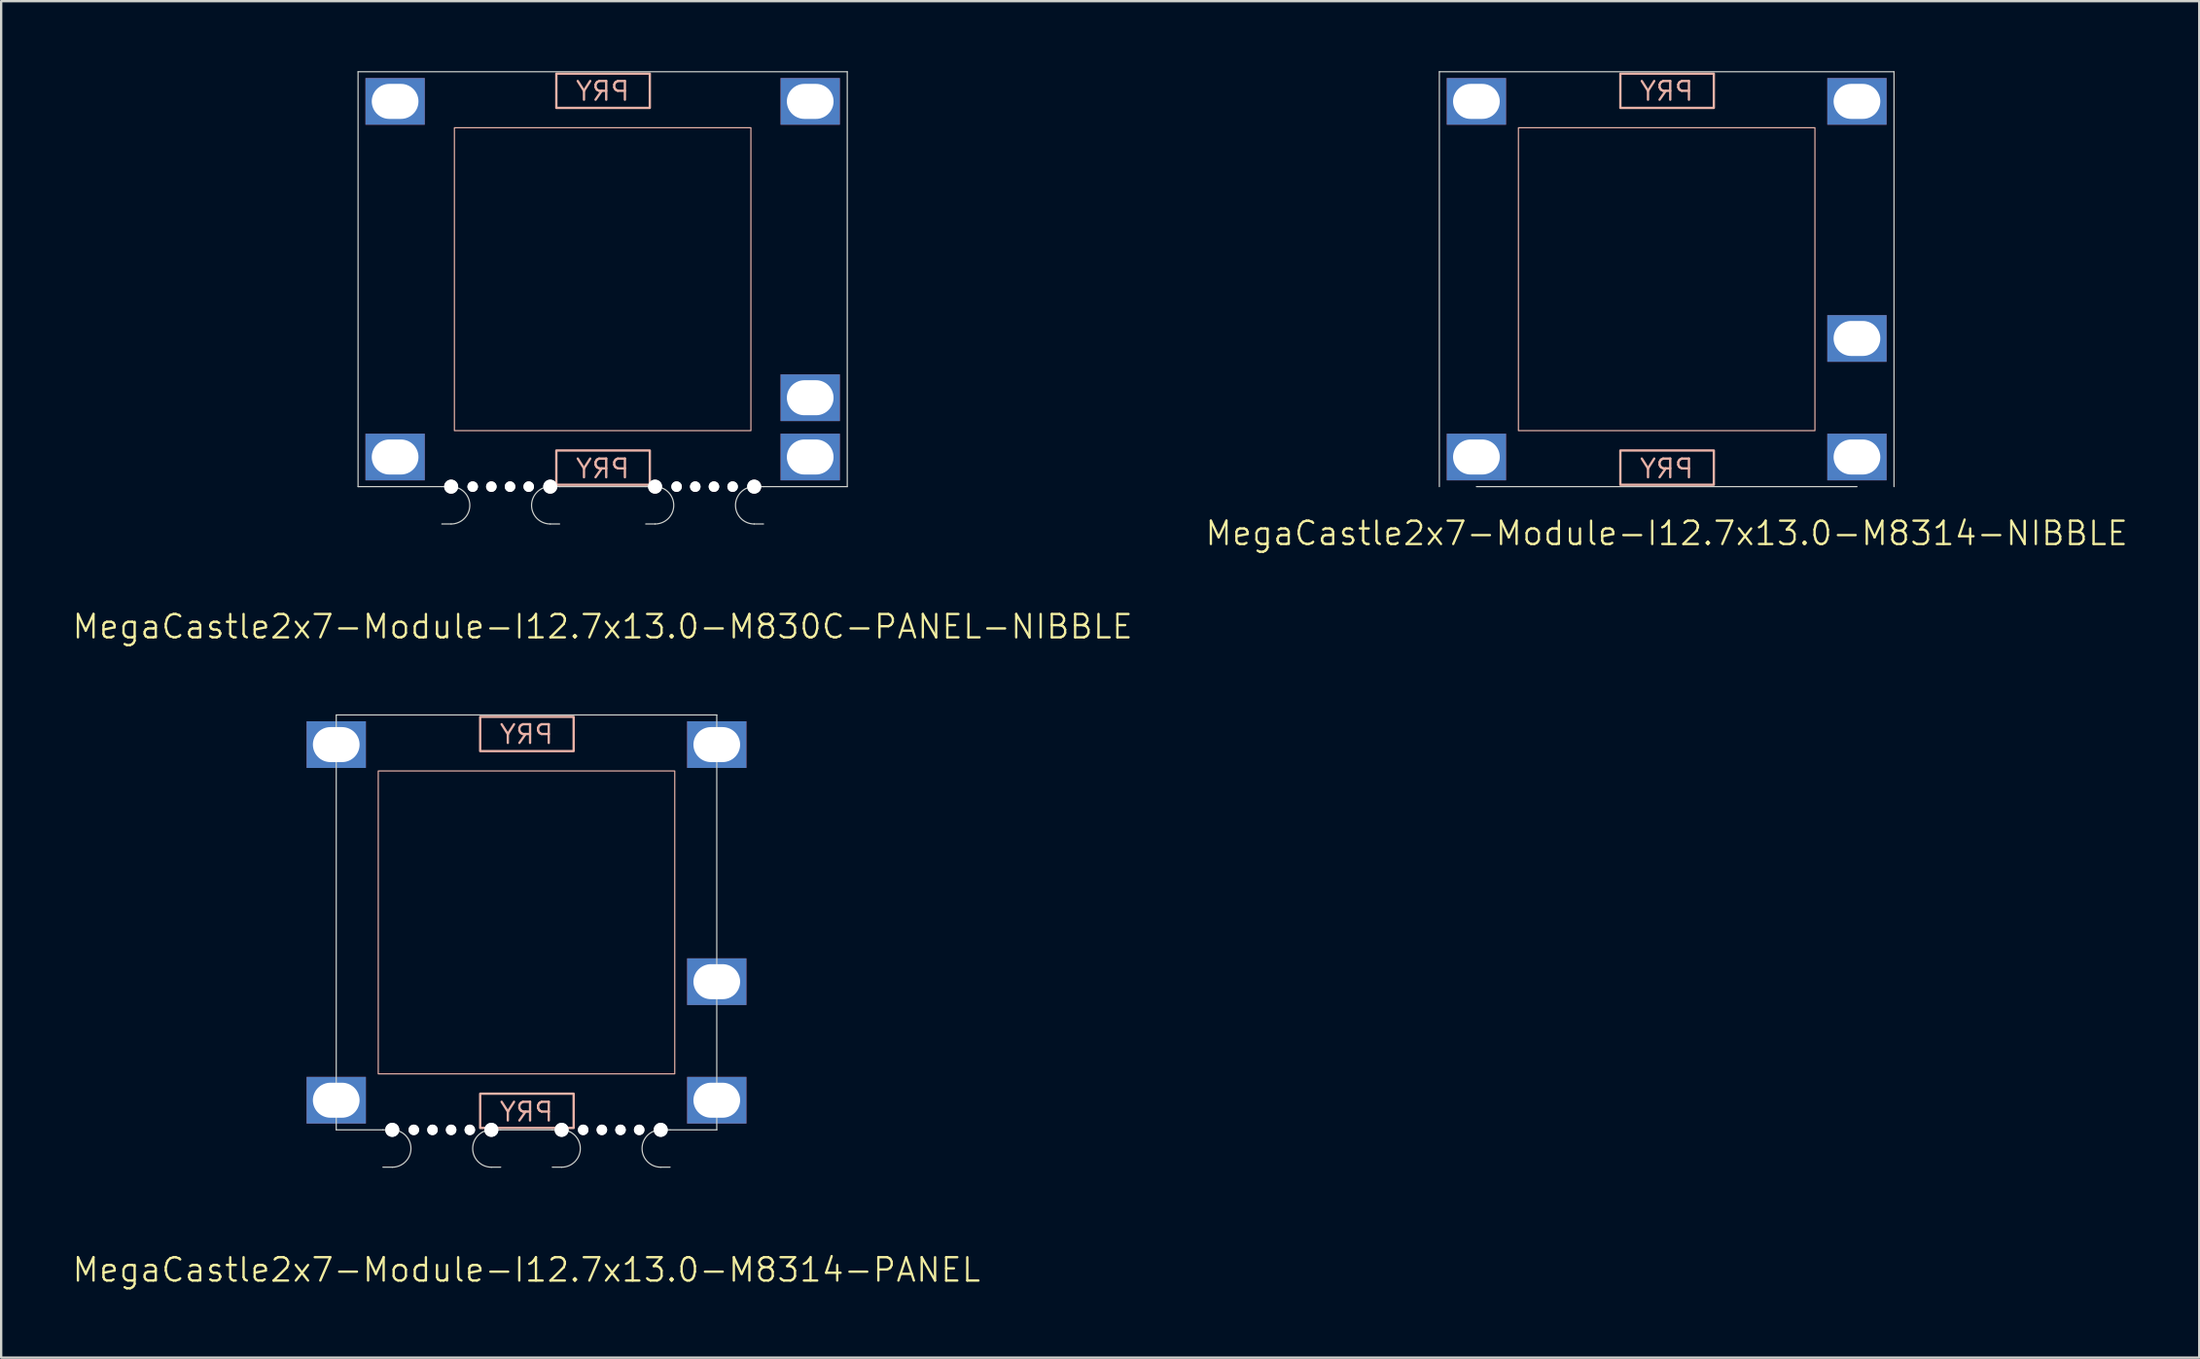
<source format=kicad_pcb>
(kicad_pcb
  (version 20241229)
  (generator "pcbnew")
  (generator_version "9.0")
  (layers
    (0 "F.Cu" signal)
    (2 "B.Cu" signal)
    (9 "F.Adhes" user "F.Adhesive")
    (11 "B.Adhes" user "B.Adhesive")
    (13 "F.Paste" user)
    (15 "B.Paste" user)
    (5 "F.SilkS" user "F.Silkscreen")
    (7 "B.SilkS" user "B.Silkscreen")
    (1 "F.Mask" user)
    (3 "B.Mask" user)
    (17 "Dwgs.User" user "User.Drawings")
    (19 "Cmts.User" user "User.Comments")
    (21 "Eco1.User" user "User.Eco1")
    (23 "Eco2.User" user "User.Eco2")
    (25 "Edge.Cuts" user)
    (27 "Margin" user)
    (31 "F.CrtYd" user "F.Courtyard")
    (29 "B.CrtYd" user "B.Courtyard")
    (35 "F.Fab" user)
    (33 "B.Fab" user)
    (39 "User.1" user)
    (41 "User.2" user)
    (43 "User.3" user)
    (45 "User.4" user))
  (footprint "MegaCastle2x7-Module-I12.7x13.0-M8314-PANEL"
    (layer "F.Cu")
    (at 19.502 36.48)
    (property "Reference" "MegaCastle2x7-Module-I12.7x13.0-M8314-PANEL" (at 0 14.89 0) (unlocked yes) (layer "F.SilkS") (effects (font (size 1 1) (thickness 0.1))))
    (attr smd)
    (fp_rect (start -6.35 6.49) (end 6.35 -6.49) (stroke (width 0.05) (type default)) (fill no) (layer "B.SilkS"))
    (fp_rect (start -1.984 -7.341) (end 2.02 -8.81) (stroke (width 0.1) (type default)) (fill no) (layer "B.SilkS"))
    (fp_rect (start -1.984 7.341) (end 2.02 8.81) (stroke (width 0.1) (type default)) (fill no) (layer "B.SilkS"))
    (fp_line (start -8.15 -8.89) (end -8.15 8.89) (stroke (width 0.05) (type default)) (layer "Edge.Cuts"))
    (fp_line (start -8.15 -8.89) (end 8.15 -8.89) (stroke (width 0.05) (type default)) (layer "Edge.Cuts"))
    (fp_line (start -8.15 8.89) (end -6.15 8.89) (stroke (width 0.05) (type default)) (layer "Edge.Cuts"))
    (fp_line (start -6.15 8.89) (end -5.75 8.89) (stroke (width 0.05) (type default)) (layer "Edge.Cuts"))
    (fp_line (start -6.15 10.49) (end -5.75 10.49) (stroke (width 0.05) (type default)) (layer "Edge.Cuts"))
    (fp_line (start -1.105 8.89) (end -1.505 8.89) (stroke (width 0.05) (type default)) (layer "Edge.Cuts"))
    (fp_line (start -1.105 8.89) (end 1.105 8.89) (stroke (width 0.05) (type default)) (layer "Edge.Cuts"))
    (fp_line (start -1.105 10.49) (end -1.505 10.49) (stroke (width 0.05) (type default)) (layer "Edge.Cuts"))
    (fp_line (start 1.105 8.89) (end 1.505 8.89) (stroke (width 0.05) (type default)) (layer "Edge.Cuts"))
    (fp_line (start 1.105 10.49) (end 1.505 10.49) (stroke (width 0.05) (type default)) (layer "Edge.Cuts"))
    (fp_line (start 6.15 8.89) (end 5.75 8.89) (stroke (width 0.05) (type default)) (layer "Edge.Cuts"))
    (fp_line (start 6.15 8.89) (end 8.15 8.89) (stroke (width 0.05) (type default)) (layer "Edge.Cuts"))
    (fp_line (start 6.15 10.49) (end 5.75 10.49) (stroke (width 0.05) (type default)) (layer "Edge.Cuts"))
    (fp_line (start 8.15 -8.89) (end 8.15 8.89) (stroke (width 0.05) (type default)) (layer "Edge.Cuts"))
    (fp_arc (start -5.75 8.89) (mid -4.95 9.69) (end -5.75 10.49) (stroke (width 0.05) (type default)) (layer "Edge.Cuts"))
    (fp_arc (start -1.505 10.49) (mid -2.305 9.69) (end -1.505 8.89) (stroke (width 0.05) (type default)) (layer "Edge.Cuts"))
    (fp_arc (start 1.505 8.89) (mid 2.305 9.69) (end 1.505 10.49) (stroke (width 0.05) (type default)) (layer "Edge.Cuts"))
    (fp_arc (start 5.75 10.49) (mid 4.95 9.69) (end 5.75 8.89) (stroke (width 0.05) (type default)) (layer "Edge.Cuts"))
    (fp_text user "PRY" (at 0 -7.59 0) (unlocked yes) (layer "B.SilkS") (effects (font (size 0.8 0.8) (thickness 0.1)) (justify bottom mirror)))
    (fp_text user "PRY" (at 0 8.59 0) (unlocked yes) (layer "B.SilkS") (effects (font (size 0.8 0.8) (thickness 0.1)) (justify bottom mirror)))
    (pad "" np_thru_hole circle (at -5.75 8.89) (size 0.6 0.6) (drill 0.6) (layers "*.Cu" "Edge.Cuts"))
    (pad "" np_thru_hole circle (at -4.827 8.89) (size 0.45 0.45) (drill 0.45) (layers "*.Cu" "Edge.Cuts"))
    (pad "" np_thru_hole circle (at -4.027 8.89) (size 0.45 0.45) (drill 0.45) (layers "*.Cu" "Edge.Cuts"))
    (pad "" np_thru_hole circle (at -3.228 8.89) (size 0.45 0.45) (drill 0.45) (layers "*.Cu" "Edge.Cuts"))
    (pad "" np_thru_hole circle (at -2.428 8.89) (size 0.45 0.45) (drill 0.45) (layers "*.Cu" "Edge.Cuts"))
    (pad "" np_thru_hole circle (at -1.505 8.89) (size 0.6 0.6) (drill 0.6) (layers "*.Cu" "Edge.Cuts"))
    (pad "" np_thru_hole circle (at 1.505 8.89) (size 0.6 0.6) (drill 0.6) (layers "*.Cu" "Edge.Cuts"))
    (pad "" np_thru_hole circle (at 2.428 8.89) (size 0.45 0.45) (drill 0.45) (layers "*.Cu" "Edge.Cuts"))
    (pad "" np_thru_hole circle (at 3.228 8.89) (size 0.45 0.45) (drill 0.45) (layers "*.Cu" "Edge.Cuts"))
    (pad "" np_thru_hole circle (at 4.027 8.89) (size 0.45 0.45) (drill 0.45) (layers "*.Cu" "Edge.Cuts"))
    (pad "" np_thru_hole circle (at 4.827 8.89) (size 0.45 0.45) (drill 0.45) (layers "*.Cu" "Edge.Cuts"))
    (pad "" np_thru_hole circle (at 5.75 8.89) (size 0.6 0.6) (drill 0.6) (layers "*.Cu" "Edge.Cuts"))
    (pad "1" thru_hole rect (at -8.15 -7.62) (size 2.54 2) (drill oval 2 1.5) (property pad_prop_castellated) (layers "*.Cu" "*.Mask"))
    (pad "7" thru_hole rect (at -8.15 7.62) (size 2.54 2) (drill oval 2 1.5) (property pad_prop_castellated) (layers "*.Cu" "*.Mask"))
    (pad "8" thru_hole rect (at 8.15 -7.62) (size 2.54 2) (drill oval 2 1.5) (property pad_prop_castellated) (layers "*.Cu" "*.Mask"))
    (pad "12" thru_hole rect (at 8.15 2.54) (size 2.54 2) (drill oval 2 1.5) (property pad_prop_castellated) (layers "*.Cu" "*.Mask"))
    (pad "14" thru_hole rect (at 8.15 7.62) (size 2.54 2) (drill oval 2 1.5) (property pad_prop_castellated) (layers "*.Cu" "*.Mask"))
    (zone (net_name "") (layer "B.Cu") (hatch edge 0.5) (connect_pads) (min_thickness 0.25) (filled_areas_thickness no) (keepout (tracks allowed) (vias allowed) (pads allowed) (copperpour allowed) (footprints not_allowed)) (placement (enabled no)) (fill) (polygon (pts (xy 11.352 45.37) (xy 11.352 27.59) (xy 13.152 27.59) (xy 13.152 45.37))))
    (zone (net_name "") (layer "B.Cu") (hatch edge 0.5) (connect_pads) (min_thickness 0.25) (filled_areas_thickness no) (keepout (tracks allowed) (vias allowed) (pads allowed) (copperpour allowed) (footprints not_allowed)) (placement (enabled no)) (fill) (polygon (pts (xy 13.152 27.59) (xy 13.152 29.991) (xy 25.852 29.991) (xy 25.852 27.59))))
    (zone (net_name "") (layer "B.Cu") (hatch edge 0.5) (connect_pads) (min_thickness 0.25) (filled_areas_thickness no) (keepout (tracks allowed) (vias allowed) (pads allowed) (copperpour allowed) (footprints not_allowed)) (placement (enabled no)) (fill) (polygon (pts (xy 13.152 45.37) (xy 13.152 42.971) (xy 25.852 42.971) (xy 25.852 45.37))))
    (zone (net_name "") (layer "B.Cu") (name "Upper Pry Zone") (hatch edge 0.5) (connect_pads) (min_thickness 0.25) (filled_areas_thickness no) (keepout (tracks not_allowed) (vias not_allowed) (pads not_allowed) (copperpour allowed) (footprints not_allowed)) (placement (enabled no)) (fill) (polygon (pts (xy 17.518 29.139) (xy 17.518 27.671) (xy 21.522 27.671) (xy 21.522 29.139))))
    (zone (net_name "") (layer "B.Cu") (name "Upper Pry Zone") (hatch edge 0.5) (connect_pads) (min_thickness 0.25) (filled_areas_thickness no) (keepout (tracks not_allowed) (vias not_allowed) (pads not_allowed) (copperpour allowed) (footprints not_allowed)) (placement (enabled no)) (fill) (polygon (pts (xy 17.518 43.822) (xy 17.518 45.291) (xy 21.522 45.291) (xy 21.522 43.822))))
    (zone (net_name "") (layer "B.Cu") (hatch edge 0.5) (connect_pads) (min_thickness 0.25) (filled_areas_thickness no) (keepout (tracks allowed) (vias allowed) (pads allowed) (copperpour allowed) (footprints not_allowed)) (placement (enabled no)) (fill) (polygon (pts (xy 27.652 45.37) (xy 27.652 27.59) (xy 25.852 27.59) (xy 25.852 45.37)))))
  (footprint "MegaCastle2x7-Module-I12.7x13.0-M8314-NIBBLE"
    (layer "F.Cu")
    (at 68.34 8.915)
    (property "Reference" "MegaCastle2x7-Module-I12.7x13.0-M8314-NIBBLE" (at 0 10.89 0) (unlocked yes) (layer "F.SilkS") (effects (font (size 1 1) (thickness 0.1))))
    (attr smd)
    (fp_rect (start -6.35 6.49) (end 6.35 -6.49) (stroke (width 0.05) (type default)) (fill no) (layer "B.SilkS"))
    (fp_rect (start -1.984 -7.341) (end 2.02 -8.81) (stroke (width 0.1) (type default)) (fill no) (layer "B.SilkS"))
    (fp_rect (start -1.984 7.341) (end 2.02 8.81) (stroke (width 0.1) (type default)) (fill no) (layer "B.SilkS"))
    (fp_line (start -9.737 -8.89) (end -9.737 8.89) (stroke (width 0.05) (type default)) (layer "Edge.Cuts"))
    (fp_line (start -9.737 -8.89) (end 9.737 -8.89) (stroke (width 0.05) (type default)) (layer "Edge.Cuts"))
    (fp_line (start -8.15 8.89) (end 8.15 8.89) (stroke (width 0.05) (type default)) (layer "Edge.Cuts"))
    (fp_line (start 9.737 -8.89) (end 9.737 8.89) (stroke (width 0.05) (type default)) (layer "Edge.Cuts"))
    (fp_text user "PRY" (at 0 -7.59 0) (unlocked yes) (layer "B.SilkS") (effects (font (size 0.8 0.8) (thickness 0.1)) (justify bottom mirror)))
    (fp_text user "PRY" (at 0 8.59 0) (unlocked yes) (layer "B.SilkS") (effects (font (size 0.8 0.8) (thickness 0.1)) (justify bottom mirror)))
    (pad "1" thru_hole rect (at -8.15 -7.62) (size 2.54 2) (drill oval 2 1.5) (property pad_prop_castellated) (layers "*.Cu" "*.Mask"))
    (pad "7" thru_hole rect (at -8.15 7.62) (size 2.54 2) (drill oval 2 1.5) (property pad_prop_castellated) (layers "*.Cu" "*.Mask"))
    (pad "8" thru_hole rect (at 8.15 -7.62) (size 2.54 2) (drill oval 2 1.5) (property pad_prop_castellated) (layers "*.Cu" "*.Mask"))
    (pad "12" thru_hole rect (at 8.15 2.54) (size 2.54 2) (drill oval 2 1.5) (property pad_prop_castellated) (layers "*.Cu" "*.Mask"))
    (pad "14" thru_hole rect (at 8.15 7.62) (size 2.54 2) (drill oval 2 1.5) (property pad_prop_castellated) (layers "*.Cu" "*.Mask"))
    (zone (net_name "") (layer "B.Cu") (hatch edge 0.5) (connect_pads) (min_thickness 0.25) (filled_areas_thickness no) (keepout (tracks allowed) (vias allowed) (pads allowed) (copperpour allowed) (footprints not_allowed)) (placement (enabled no)) (fill) (polygon (pts (xy 60.19 17.805) (xy 60.19 0.025) (xy 61.99 0.025) (xy 61.99 17.805))))
    (zone (net_name "") (layer "B.Cu") (hatch edge 0.5) (connect_pads) (min_thickness 0.25) (filled_areas_thickness no) (keepout (tracks allowed) (vias allowed) (pads allowed) (copperpour allowed) (footprints not_allowed)) (placement (enabled no)) (fill) (polygon (pts (xy 61.99 0.025) (xy 61.99 2.425) (xy 74.69 2.425) (xy 74.69 0.025))))
    (zone (net_name "") (layer "B.Cu") (hatch edge 0.5) (connect_pads) (min_thickness 0.25) (filled_areas_thickness no) (keepout (tracks allowed) (vias allowed) (pads allowed) (copperpour allowed) (footprints not_allowed)) (placement (enabled no)) (fill) (polygon (pts (xy 61.99 17.805) (xy 61.99 15.405) (xy 74.69 15.405) (xy 74.69 17.805))))
    (zone (net_name "") (layer "B.Cu") (name "Upper Pry Zone") (hatch edge 0.5) (connect_pads) (min_thickness 0.25) (filled_areas_thickness no) (keepout (tracks not_allowed) (vias not_allowed) (pads not_allowed) (copperpour allowed) (footprints not_allowed)) (placement (enabled no)) (fill) (polygon (pts (xy 66.356 1.574) (xy 66.356 0.105) (xy 70.36 0.105) (xy 70.36 1.574))))
    (zone (net_name "") (layer "B.Cu") (name "Upper Pry Zone") (hatch edge 0.5) (connect_pads) (min_thickness 0.25) (filled_areas_thickness no) (keepout (tracks not_allowed) (vias not_allowed) (pads not_allowed) (copperpour allowed) (footprints not_allowed)) (placement (enabled no)) (fill) (polygon (pts (xy 66.356 16.256) (xy 66.356 17.725) (xy 70.36 17.725) (xy 70.36 16.256))))
    (zone (net_name "") (layer "B.Cu") (hatch edge 0.5) (connect_pads) (min_thickness 0.25) (filled_areas_thickness no) (keepout (tracks allowed) (vias allowed) (pads allowed) (copperpour allowed) (footprints not_allowed)) (placement (enabled no)) (fill) (polygon (pts (xy 76.49 17.805) (xy 76.49 0.025) (xy 74.69 0.025) (xy 74.69 17.805)))))
  (footprint "MegaCastle2x7-Module-I12.7x13.0-M830C-PANEL-NIBBLE"
    (layer "F.Cu")
    (at 22.764 8.915)
    (property "Reference" "MegaCastle2x7-Module-I12.7x13.0-M830C-PANEL-NIBBLE" (at 0 14.89 0) (unlocked yes) (layer "F.SilkS") (effects (font (size 1 1) (thickness 0.1))))
    (attr smd)
    (fp_rect (start -6.35 6.49) (end 6.35 -6.49) (stroke (width 0.05) (type default)) (fill no) (layer "B.SilkS"))
    (fp_rect (start -1.984 -7.341) (end 2.02 -8.81) (stroke (width 0.1) (type default)) (fill no) (layer "B.SilkS"))
    (fp_rect (start -1.984 7.341) (end 2.02 8.81) (stroke (width 0.1) (type default)) (fill no) (layer "B.SilkS"))
    (fp_line (start -10.477 -8.89) (end -10.477 8.89) (stroke (width 0.05) (type default)) (layer "Edge.Cuts"))
    (fp_line (start -10.477 -8.89) (end 10.477 -8.89) (stroke (width 0.05) (type default)) (layer "Edge.Cuts"))
    (fp_line (start -10.477 8.89) (end -6.89 8.89) (stroke (width 0.05) (type default)) (layer "Edge.Cuts"))
    (fp_line (start -6.89 8.89) (end -6.49 8.89) (stroke (width 0.05) (type default)) (layer "Edge.Cuts"))
    (fp_line (start -6.89 10.49) (end -6.49 10.49) (stroke (width 0.05) (type default)) (layer "Edge.Cuts"))
    (fp_line (start -1.845 8.89) (end -2.245 8.89) (stroke (width 0.05) (type default)) (layer "Edge.Cuts"))
    (fp_line (start -1.845 8.89) (end 1.845 8.89) (stroke (width 0.05) (type default)) (layer "Edge.Cuts"))
    (fp_line (start -1.845 10.49) (end -2.245 10.49) (stroke (width 0.05) (type default)) (layer "Edge.Cuts"))
    (fp_line (start 1.845 8.89) (end 2.245 8.89) (stroke (width 0.05) (type default)) (layer "Edge.Cuts"))
    (fp_line (start 1.845 10.49) (end 2.245 10.49) (stroke (width 0.05) (type default)) (layer "Edge.Cuts"))
    (fp_line (start 6.89 8.89) (end 6.49 8.89) (stroke (width 0.05) (type default)) (layer "Edge.Cuts"))
    (fp_line (start 6.89 8.89) (end 10.477 8.89) (stroke (width 0.05) (type default)) (layer "Edge.Cuts"))
    (fp_line (start 6.89 10.49) (end 6.49 10.49) (stroke (width 0.05) (type default)) (layer "Edge.Cuts"))
    (fp_line (start 10.477 -8.89) (end 10.477 8.89) (stroke (width 0.05) (type default)) (layer "Edge.Cuts"))
    (fp_arc (start -6.49 8.89) (mid -5.69 9.69) (end -6.49 10.49) (stroke (width 0.05) (type default)) (layer "Edge.Cuts"))
    (fp_arc (start -2.245 10.49) (mid -3.045 9.69) (end -2.245 8.89) (stroke (width 0.05) (type default)) (layer "Edge.Cuts"))
    (fp_arc (start 2.245 8.89) (mid 3.045 9.69) (end 2.245 10.49) (stroke (width 0.05) (type default)) (layer "Edge.Cuts"))
    (fp_arc (start 6.49 10.49) (mid 5.69 9.69) (end 6.49 8.89) (stroke (width 0.05) (type default)) (layer "Edge.Cuts"))
    (fp_text user "PRY" (at 0 8.59 0) (unlocked yes) (layer "B.SilkS") (effects (font (size 0.8 0.8) (thickness 0.1)) (justify bottom mirror)))
    (fp_text user "PRY" (at 0 -7.59 0) (unlocked yes) (layer "B.SilkS") (effects (font (size 0.8 0.8) (thickness 0.1)) (justify bottom mirror)))
    (pad "" np_thru_hole circle (at -6.49 8.89) (size 0.6 0.6) (drill 0.6) (layers "*.Cu" "Edge.Cuts"))
    (pad "" np_thru_hole circle (at -5.567 8.89) (size 0.45 0.45) (drill 0.45) (layers "*.Cu" "Edge.Cuts"))
    (pad "" np_thru_hole circle (at -4.768 8.89) (size 0.45 0.45) (drill 0.45) (layers "*.Cu" "Edge.Cuts"))
    (pad "" np_thru_hole circle (at -3.967 8.89) (size 0.45 0.45) (drill 0.45) (layers "*.Cu" "Edge.Cuts"))
    (pad "" np_thru_hole circle (at -3.167 8.89) (size 0.45 0.45) (drill 0.45) (layers "*.Cu" "Edge.Cuts"))
    (pad "" np_thru_hole circle (at -2.245 8.89) (size 0.6 0.6) (drill 0.6) (layers "*.Cu" "Edge.Cuts"))
    (pad "" np_thru_hole circle (at 2.245 8.89) (size 0.6 0.6) (drill 0.6) (layers "*.Cu" "Edge.Cuts"))
    (pad "" np_thru_hole circle (at 3.167 8.89) (size 0.45 0.45) (drill 0.45) (layers "*.Cu" "Edge.Cuts"))
    (pad "" np_thru_hole circle (at 3.967 8.89) (size 0.45 0.45) (drill 0.45) (layers "*.Cu" "Edge.Cuts"))
    (pad "" np_thru_hole circle (at 4.767 8.89) (size 0.45 0.45) (drill 0.45) (layers "*.Cu" "Edge.Cuts"))
    (pad "" np_thru_hole circle (at 5.567 8.89) (size 0.45 0.45) (drill 0.45) (layers "*.Cu" "Edge.Cuts"))
    (pad "" np_thru_hole circle (at 6.49 8.89) (size 0.6 0.6) (drill 0.6) (layers "*.Cu" "Edge.Cuts"))
    (pad "1" thru_hole rect (at -8.89 -7.62) (size 2.54 2) (drill oval 2 1.5) (property pad_prop_castellated) (layers "*.Cu" "*.Mask"))
    (pad "7" thru_hole rect (at -8.89 7.62) (size 2.54 2) (drill oval 2 1.5) (property pad_prop_castellated) (layers "*.Cu" "*.Mask"))
    (pad "8" thru_hole rect (at 8.89 -7.62) (size 2.54 2) (drill oval 2 1.5) (property pad_prop_castellated) (layers "*.Cu" "*.Mask"))
    (pad "13" thru_hole rect (at 8.89 5.08) (size 2.54 2) (drill oval 2 1.5) (property pad_prop_castellated) (layers "*.Cu" "*.Mask"))
    (pad "14" thru_hole rect (at 8.89 7.62) (size 2.54 2) (drill oval 2 1.5) (property pad_prop_castellated) (layers "*.Cu" "*.Mask"))
    (zone (net_name "") (layer "B.Cu") (hatch edge 0.5) (connect_pads) (min_thickness 0.25) (filled_areas_thickness no) (keepout (tracks allowed) (vias allowed) (pads allowed) (copperpour allowed) (footprints not_allowed)) (placement (enabled no)) (fill) (polygon (pts (xy 13.874 17.805) (xy 13.874 0.025) (xy 16.414 0.025) (xy 16.414 17.805))))
    (zone (net_name "") (layer "B.Cu") (hatch edge 0.5) (connect_pads) (min_thickness 0.25) (filled_areas_thickness no) (keepout (tracks allowed) (vias allowed) (pads allowed) (copperpour allowed) (footprints not_allowed)) (placement (enabled no)) (fill) (polygon (pts (xy 16.414 0.025) (xy 16.414 2.425) (xy 29.114 2.425) (xy 29.114 0.025))))
    (zone (net_name "") (layer "B.Cu") (hatch edge 0.5) (connect_pads) (min_thickness 0.25) (filled_areas_thickness no) (keepout (tracks allowed) (vias allowed) (pads allowed) (copperpour allowed) (footprints not_allowed)) (placement (enabled no)) (fill) (polygon (pts (xy 16.414 17.805) (xy 16.414 15.405) (xy 29.114 15.405) (xy 29.114 17.805))))
    (zone (net_name "") (layer "B.Cu") (name "Upper Pry Zone") (hatch edge 0.5) (connect_pads) (min_thickness 0.25) (filled_areas_thickness no) (keepout (tracks not_allowed) (vias not_allowed) (pads not_allowed) (copperpour allowed) (footprints not_allowed)) (placement (enabled no)) (fill) (polygon (pts (xy 20.78 1.574) (xy 20.78 0.105) (xy 24.784 0.105) (xy 24.784 1.574))))
    (zone (net_name "") (layer "B.Cu") (name "Upper Pry Zone") (hatch edge 0.5) (connect_pads) (min_thickness 0.25) (filled_areas_thickness no) (keepout (tracks not_allowed) (vias not_allowed) (pads not_allowed) (copperpour allowed) (footprints not_allowed)) (placement (enabled no)) (fill) (polygon (pts (xy 20.78 16.256) (xy 20.78 17.725) (xy 24.784 17.725) (xy 24.784 16.256))))
    (zone (net_name "") (layer "B.Cu") (hatch edge 0.5) (connect_pads) (min_thickness 0.25) (filled_areas_thickness no) (keepout (tracks allowed) (vias allowed) (pads allowed) (copperpour allowed) (footprints not_allowed)) (placement (enabled no)) (fill) (polygon (pts (xy 31.654 17.805) (xy 31.654 0.025) (xy 29.114 0.025) (xy 29.114 17.805)))))
  (gr_rect
    (start -3 -3)
    (end 91.152 55.131)
    (stroke (width 0.1) (type default))
    (fill no)
    (layer "Edge.Cuts")))
</source>
